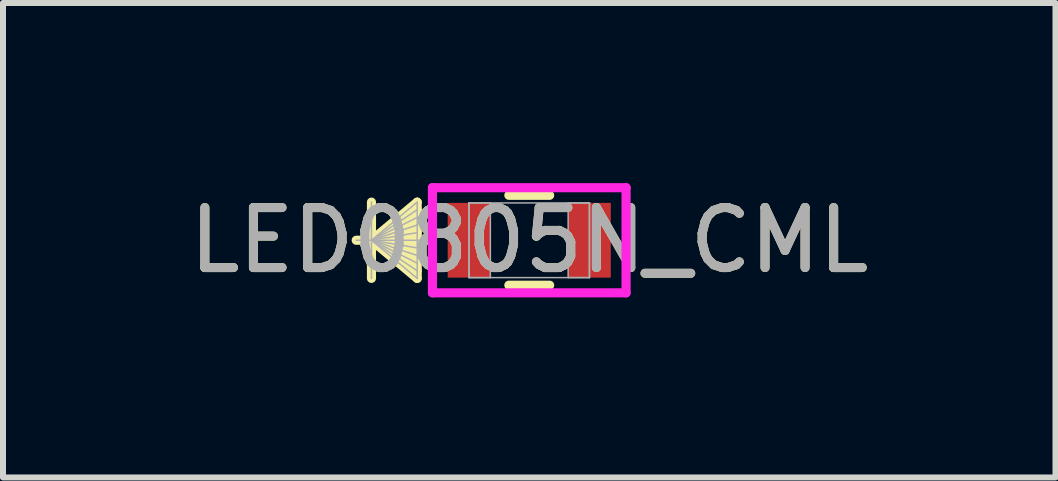
<source format=kicad_pcb>
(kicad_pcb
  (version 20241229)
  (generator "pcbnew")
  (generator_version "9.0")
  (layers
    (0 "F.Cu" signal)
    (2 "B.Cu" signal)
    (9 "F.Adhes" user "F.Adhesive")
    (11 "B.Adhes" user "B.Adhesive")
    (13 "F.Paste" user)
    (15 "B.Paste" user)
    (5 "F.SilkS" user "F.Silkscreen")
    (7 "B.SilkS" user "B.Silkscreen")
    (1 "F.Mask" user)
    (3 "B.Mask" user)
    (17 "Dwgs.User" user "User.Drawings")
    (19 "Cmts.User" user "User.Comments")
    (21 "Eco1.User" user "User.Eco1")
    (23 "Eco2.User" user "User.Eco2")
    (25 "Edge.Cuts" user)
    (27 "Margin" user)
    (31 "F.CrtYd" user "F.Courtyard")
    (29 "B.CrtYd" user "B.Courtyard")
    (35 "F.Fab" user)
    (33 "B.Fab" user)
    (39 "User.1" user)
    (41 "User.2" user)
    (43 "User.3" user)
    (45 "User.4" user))
  (footprint "LED0805N_CML"
    (layer "F.Cu")
    (at 5.768 0.953)
    (property "Reference" "LED0805N_CML" (at 0 0 0) (unlocked yes) (layer "F.SilkS") (effects (font (size 1 1) (thickness 0.15))))
    (attr smd)
    (fp_line (start -2.629 -0.635) (end -2.629 0.635) (stroke (width 0.152) (type solid)) (layer "F.SilkS"))
    (fp_line (start -2.629 0) (end -1.867 -0.635) (stroke (width 0.152) (type solid)) (layer "F.SilkS"))
    (fp_line (start -2.629 0) (end -1.867 -0.508) (stroke (width 0.152) (type solid)) (layer "F.SilkS"))
    (fp_line (start -2.629 0) (end -1.867 -0.381) (stroke (width 0.152) (type solid)) (layer "F.SilkS"))
    (fp_line (start -2.629 0) (end -1.867 -0.254) (stroke (width 0.152) (type solid)) (layer "F.SilkS"))
    (fp_line (start -2.629 0) (end -1.867 -0.127) (stroke (width 0.152) (type solid)) (layer "F.SilkS"))
    (fp_line (start -2.629 0) (end -1.867 0.127) (stroke (width 0.152) (type solid)) (layer "F.SilkS"))
    (fp_line (start -2.629 0) (end -1.867 0.254) (stroke (width 0.152) (type solid)) (layer "F.SilkS"))
    (fp_line (start -2.629 0) (end -1.867 0.381) (stroke (width 0.152) (type solid)) (layer "F.SilkS"))
    (fp_line (start -2.629 0) (end -1.867 0.508) (stroke (width 0.152) (type solid)) (layer "F.SilkS"))
    (fp_line (start -2.629 0) (end -1.867 0.635) (stroke (width 0.152) (type solid)) (layer "F.SilkS"))
    (fp_line (start -1.867 -0.635) (end -1.867 0.635) (stroke (width 0.152) (type solid)) (layer "F.SilkS"))
    (fp_line (start -1.692 0) (end -2.883 0) (stroke (width 0.152) (type solid)) (layer "F.SilkS"))
    (fp_line (start -0.34 0.749) (end 0.34 0.749) (stroke (width 0.152) (type solid)) (layer "F.SilkS"))
    (fp_line (start 0.34 -0.749) (end -0.34 -0.749) (stroke (width 0.152) (type solid)) (layer "F.SilkS"))
    (fp_line (start -1.613 -0.876) (end 1.613 -0.876) (stroke (width 0.152) (type solid)) (layer "F.CrtYd"))
    (fp_line (start -1.613 0.876) (end -1.613 -0.876) (stroke (width 0.152) (type solid)) (layer "F.CrtYd"))
    (fp_line (start 1.613 -0.876) (end 1.613 0.876) (stroke (width 0.152) (type solid)) (layer "F.CrtYd"))
    (fp_line (start 1.613 0.876) (end -1.613 0.876) (stroke (width 0.152) (type solid)) (layer "F.CrtYd"))
    (fp_line (start -2.629 -0.635) (end -2.629 0.635) (stroke (width 0.025) (type solid)) (layer "F.Fab"))
    (fp_line (start -2.629 0) (end -1.867 -0.635) (stroke (width 0.025) (type solid)) (layer "F.Fab"))
    (fp_line (start -2.629 0) (end -1.867 -0.508) (stroke (width 0.025) (type solid)) (layer "F.Fab"))
    (fp_line (start -2.629 0) (end -1.867 -0.381) (stroke (width 0.025) (type solid)) (layer "F.Fab"))
    (fp_line (start -2.629 0) (end -1.867 -0.254) (stroke (width 0.025) (type solid)) (layer "F.Fab"))
    (fp_line (start -2.629 0) (end -1.867 -0.127) (stroke (width 0.025) (type solid)) (layer "F.Fab"))
    (fp_line (start -2.629 0) (end -1.867 0.127) (stroke (width 0.025) (type solid)) (layer "F.Fab"))
    (fp_line (start -2.629 0) (end -1.867 0.254) (stroke (width 0.025) (type solid)) (layer "F.Fab"))
    (fp_line (start -2.629 0) (end -1.867 0.381) (stroke (width 0.025) (type solid)) (layer "F.Fab"))
    (fp_line (start -2.629 0) (end -1.867 0.508) (stroke (width 0.025) (type solid)) (layer "F.Fab"))
    (fp_line (start -2.629 0) (end -1.867 0.635) (stroke (width 0.025) (type solid)) (layer "F.Fab"))
    (fp_line (start -1.867 -0.635) (end -1.867 0.635) (stroke (width 0.025) (type solid)) (layer "F.Fab"))
    (fp_line (start -1.613 0) (end -2.883 0) (stroke (width 0.025) (type solid)) (layer "F.Fab"))
    (fp_line (start -1.003 -0.622) (end -1.003 0.622) (stroke (width 0.025) (type solid)) (layer "F.Fab"))
    (fp_line (start -1.003 -0.622) (end -1.003 0.622) (stroke (width 0.025) (type solid)) (layer "F.Fab"))
    (fp_line (start -1.003 0.622) (end -0.648 0.622) (stroke (width 0.025) (type solid)) (layer "F.Fab"))
    (fp_line (start -1.003 0.622) (end 1.003 0.622) (stroke (width 0.025) (type solid)) (layer "F.Fab"))
    (fp_line (start -0.648 -0.622) (end -1.003 -0.622) (stroke (width 0.025) (type solid)) (layer "F.Fab"))
    (fp_line (start -0.648 0.622) (end -0.648 -0.622) (stroke (width 0.025) (type solid)) (layer "F.Fab"))
    (fp_line (start 0.648 -0.622) (end 0.648 0.622) (stroke (width 0.025) (type solid)) (layer "F.Fab"))
    (fp_line (start 0.648 0.622) (end 1.003 0.622) (stroke (width 0.025) (type solid)) (layer "F.Fab"))
    (fp_line (start 1.003 -0.622) (end -1.003 -0.622) (stroke (width 0.025) (type solid)) (layer "F.Fab"))
    (fp_line (start 1.003 -0.622) (end 0.648 -0.622) (stroke (width 0.025) (type solid)) (layer "F.Fab"))
    (fp_line (start 1.003 0.622) (end 1.003 -0.622) (stroke (width 0.025) (type solid)) (layer "F.Fab"))
    (fp_line (start 1.003 0.622) (end 1.003 -0.622) (stroke (width 0.025) (type solid)) (layer "F.Fab"))
    (fp_text user "${REFERENCE}" (at 0 0 0) (unlocked yes) (layer "F.Fab") (effects (font (size 1 1) (thickness 0.15))))
    (pad "1" smd rect (at -1.003 0) (size 0.711 1.245) (layers "F.Cu" "F.Mask" "F.Paste"))
    (pad "2" smd rect (at 1.003 0) (size 0.711 1.245) (layers "F.Cu" "F.Mask" "F.Paste"))
    (zone (net_name "") (layer "F.Cu") (hatch full 0.508) (connect_pads) (min_thickness 0.254) (filled_areas_thickness no) (keepout (tracks not_allowed) (vias not_allowed) (pads allowed) (copperpour not_allowed) (footprints allowed)) (placement (enabled no)) (fill) (polygon (pts (xy 5.171 0.381) (xy 6.365 0.381) (xy 6.365 1.524) (xy 5.171 1.524)))))
  (gr_rect
    (start -3 -3)
    (end 14.536 4.905)
    (stroke (width 0.1) (type default))
    (fill no)
    (layer "Edge.Cuts")))
</source>
